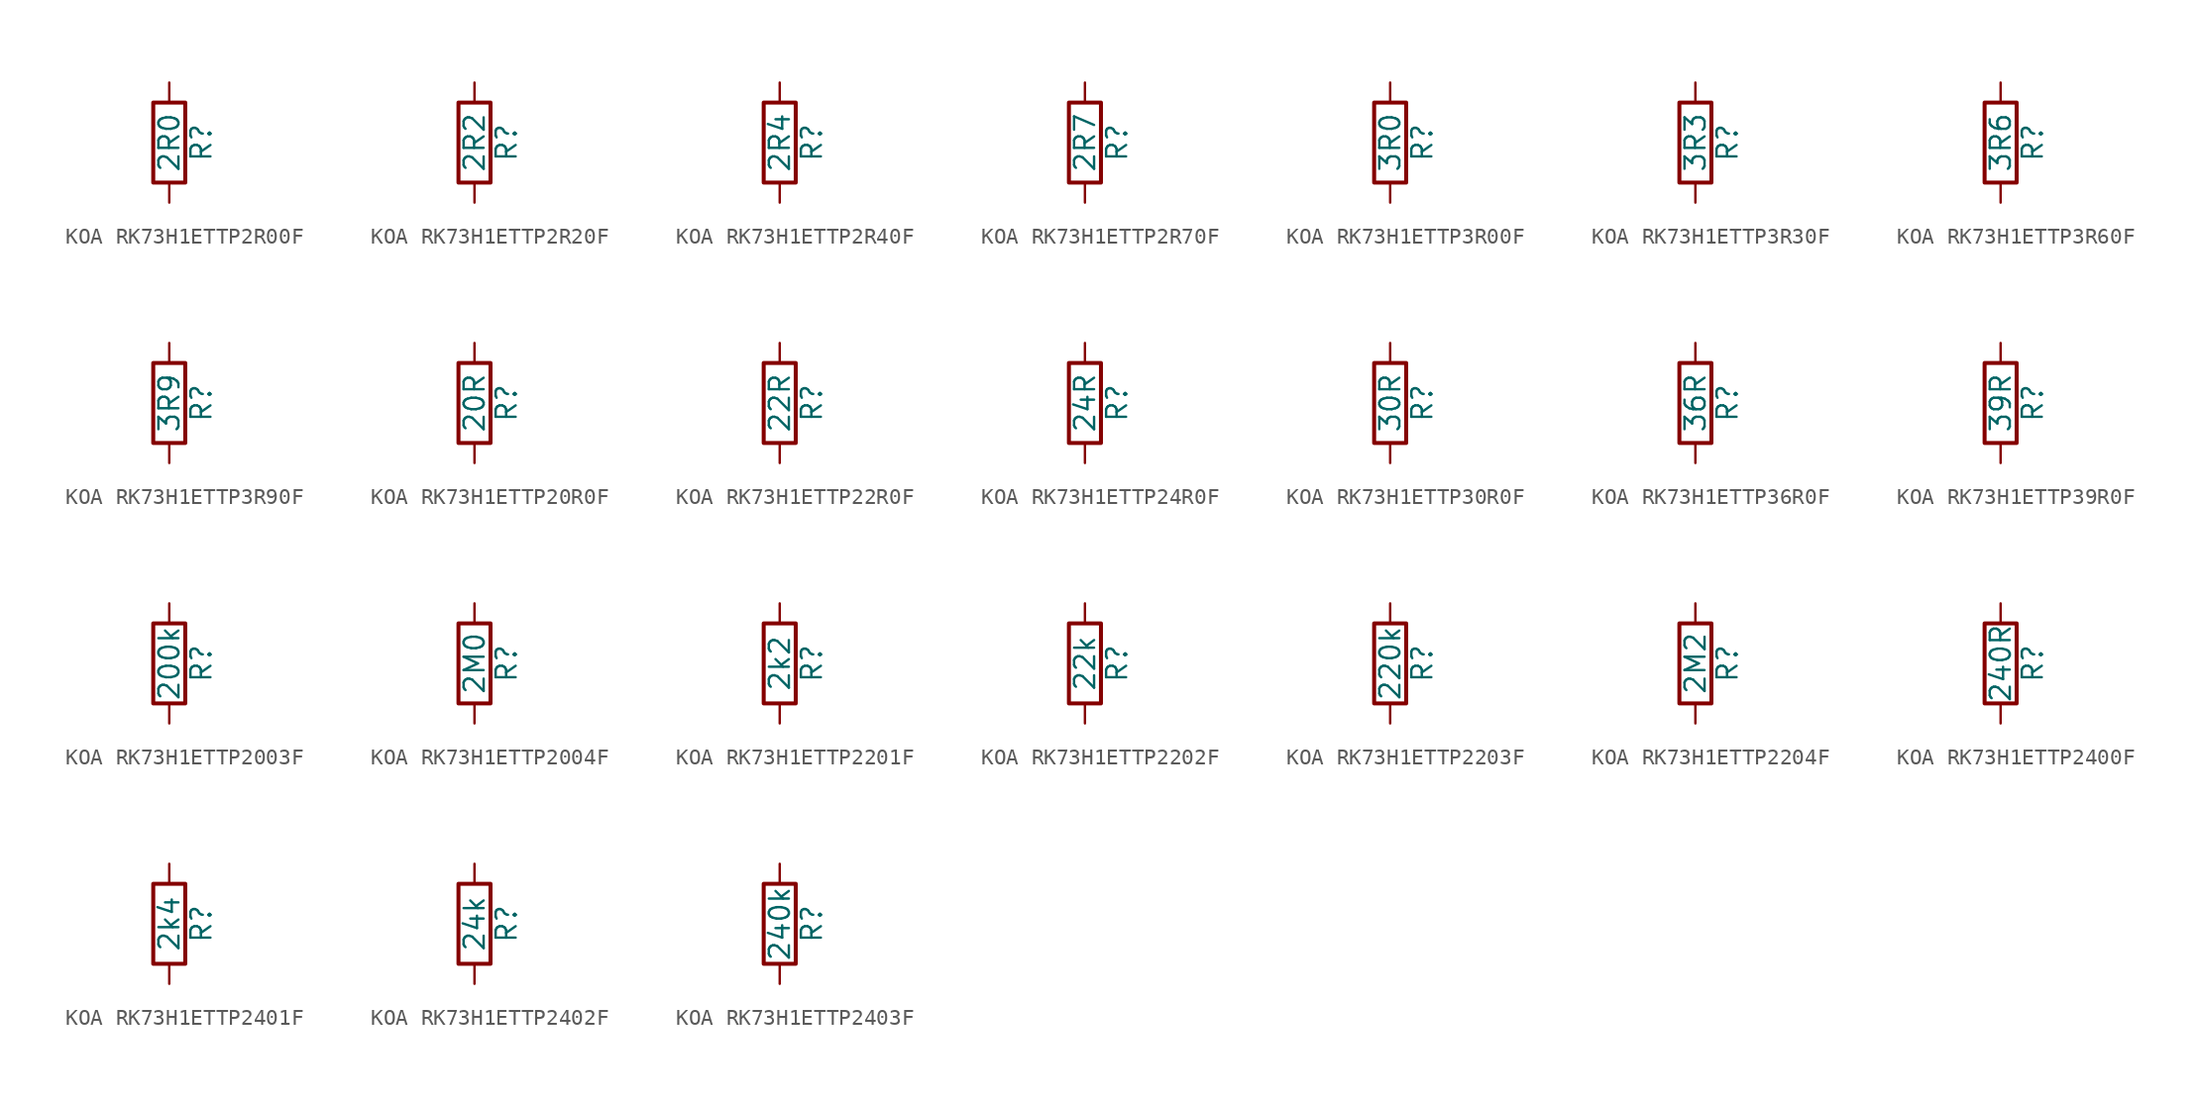
<source format=kicad_sym>
(kicad_symbol_lib
  (version 20220914)
  (generator kicad_symbol_editor)
  (symbol "KOA RK73H1ETTP2R00F"
    (pin_numbers hide)
    (pin_names
      (offset 0))
    (property "Reference" "R"
      (at 2.032 0 90)
      (effects (font (size 1.27 1.27))))
    (property "Value" "2R0"
      (at 0 0 90)
      (effects (font (size 1.27 1.27))))
    (symbol "KOA RK73H1ETTP2R00F_0_1"
      (rectangle (start -1.016 -2.54) (end 1.016 2.54) (stroke (width 0.254) (type default)) (fill (type none))))
    (symbol "KOA RK73H1ETTP2R00F_1_1"
      (pin passive line (at 0 3.81 270) (length 1.27) (name "~" (effects (font (size 1.27 1.27)))) (number "1" (effects (font (size 1.27 1.27)))))
      (pin passive line (at 0 -3.81 90) (length 1.27) (name "~" (effects (font (size 1.27 1.27)))) (number "2" (effects (font (size 1.27 1.27)))))))
  (symbol "KOA RK73H1ETTP2R20F"
    (pin_numbers hide)
    (pin_names
      (offset 0))
    (property "Reference" "R"
      (at 2.032 0 90)
      (effects (font (size 1.27 1.27))))
    (property "Value" "2R2"
      (at 0 0 90)
      (effects (font (size 1.27 1.27))))
    (symbol "KOA RK73H1ETTP2R20F_0_1"
      (rectangle (start -1.016 -2.54) (end 1.016 2.54) (stroke (width 0.254) (type default)) (fill (type none))))
    (symbol "KOA RK73H1ETTP2R20F_1_1"
      (pin passive line (at 0 3.81 270) (length 1.27) (name "~" (effects (font (size 1.27 1.27)))) (number "1" (effects (font (size 1.27 1.27)))))
      (pin passive line (at 0 -3.81 90) (length 1.27) (name "~" (effects (font (size 1.27 1.27)))) (number "2" (effects (font (size 1.27 1.27)))))))
  (symbol "KOA RK73H1ETTP2R40F"
    (pin_numbers hide)
    (pin_names
      (offset 0))
    (property "Reference" "R"
      (at 2.032 0 90)
      (effects (font (size 1.27 1.27))))
    (property "Value" "2R4"
      (at 0 0 90)
      (effects (font (size 1.27 1.27))))
    (symbol "KOA RK73H1ETTP2R40F_0_1"
      (rectangle (start -1.016 -2.54) (end 1.016 2.54) (stroke (width 0.254) (type default)) (fill (type none))))
    (symbol "KOA RK73H1ETTP2R40F_1_1"
      (pin passive line (at 0 3.81 270) (length 1.27) (name "~" (effects (font (size 1.27 1.27)))) (number "1" (effects (font (size 1.27 1.27)))))
      (pin passive line (at 0 -3.81 90) (length 1.27) (name "~" (effects (font (size 1.27 1.27)))) (number "2" (effects (font (size 1.27 1.27)))))))
  (symbol "KOA RK73H1ETTP2R70F"
    (pin_numbers hide)
    (pin_names
      (offset 0))
    (property "Reference" "R"
      (at 2.032 0 90)
      (effects (font (size 1.27 1.27))))
    (property "Value" "2R7"
      (at 0 0 90)
      (effects (font (size 1.27 1.27))))
    (symbol "KOA RK73H1ETTP2R70F_0_1"
      (rectangle (start -1.016 -2.54) (end 1.016 2.54) (stroke (width 0.254) (type default)) (fill (type none))))
    (symbol "KOA RK73H1ETTP2R70F_1_1"
      (pin passive line (at 0 3.81 270) (length 1.27) (name "~" (effects (font (size 1.27 1.27)))) (number "1" (effects (font (size 1.27 1.27)))))
      (pin passive line (at 0 -3.81 90) (length 1.27) (name "~" (effects (font (size 1.27 1.27)))) (number "2" (effects (font (size 1.27 1.27)))))))
  (symbol "KOA RK73H1ETTP3R00F"
    (pin_numbers hide)
    (pin_names
      (offset 0))
    (property "Reference" "R"
      (at 2.032 0 90)
      (effects (font (size 1.27 1.27))))
    (property "Value" "3R0"
      (at 0 0 90)
      (effects (font (size 1.27 1.27))))
    (symbol "KOA RK73H1ETTP3R00F_0_1"
      (rectangle (start -1.016 -2.54) (end 1.016 2.54) (stroke (width 0.254) (type default)) (fill (type none))))
    (symbol "KOA RK73H1ETTP3R00F_1_1"
      (pin passive line (at 0 3.81 270) (length 1.27) (name "~" (effects (font (size 1.27 1.27)))) (number "1" (effects (font (size 1.27 1.27)))))
      (pin passive line (at 0 -3.81 90) (length 1.27) (name "~" (effects (font (size 1.27 1.27)))) (number "2" (effects (font (size 1.27 1.27)))))))
  (symbol "KOA RK73H1ETTP3R30F"
    (pin_numbers hide)
    (pin_names
      (offset 0))
    (property "Reference" "R"
      (at 2.032 0 90)
      (effects (font (size 1.27 1.27))))
    (property "Value" "3R3"
      (at 0 0 90)
      (effects (font (size 1.27 1.27))))
    (symbol "KOA RK73H1ETTP3R30F_0_1"
      (rectangle (start -1.016 -2.54) (end 1.016 2.54) (stroke (width 0.254) (type default)) (fill (type none))))
    (symbol "KOA RK73H1ETTP3R30F_1_1"
      (pin passive line (at 0 3.81 270) (length 1.27) (name "~" (effects (font (size 1.27 1.27)))) (number "1" (effects (font (size 1.27 1.27)))))
      (pin passive line (at 0 -3.81 90) (length 1.27) (name "~" (effects (font (size 1.27 1.27)))) (number "2" (effects (font (size 1.27 1.27)))))))
  (symbol "KOA RK73H1ETTP3R60F"
    (pin_numbers hide)
    (pin_names
      (offset 0))
    (property "Reference" "R"
      (at 2.032 0 90)
      (effects (font (size 1.27 1.27))))
    (property "Value" "3R6"
      (at 0 0 90)
      (effects (font (size 1.27 1.27))))
    (symbol "KOA RK73H1ETTP3R60F_0_1"
      (rectangle (start -1.016 -2.54) (end 1.016 2.54) (stroke (width 0.254) (type default)) (fill (type none))))
    (symbol "KOA RK73H1ETTP3R60F_1_1"
      (pin passive line (at 0 3.81 270) (length 1.27) (name "~" (effects (font (size 1.27 1.27)))) (number "1" (effects (font (size 1.27 1.27)))))
      (pin passive line (at 0 -3.81 90) (length 1.27) (name "~" (effects (font (size 1.27 1.27)))) (number "2" (effects (font (size 1.27 1.27)))))))
  (symbol "KOA RK73H1ETTP3R90F"
    (pin_numbers hide)
    (pin_names
      (offset 0))
    (property "Reference" "R"
      (at 2.032 0 90)
      (effects (font (size 1.27 1.27))))
    (property "Value" "3R9"
      (at 0 0 90)
      (effects (font (size 1.27 1.27))))
    (symbol "KOA RK73H1ETTP3R90F_0_1"
      (rectangle (start -1.016 -2.54) (end 1.016 2.54) (stroke (width 0.254) (type default)) (fill (type none))))
    (symbol "KOA RK73H1ETTP3R90F_1_1"
      (pin passive line (at 0 3.81 270) (length 1.27) (name "~" (effects (font (size 1.27 1.27)))) (number "1" (effects (font (size 1.27 1.27)))))
      (pin passive line (at 0 -3.81 90) (length 1.27) (name "~" (effects (font (size 1.27 1.27)))) (number "2" (effects (font (size 1.27 1.27)))))))
  (symbol "KOA RK73H1ETTP20R0F"
    (pin_numbers hide)
    (pin_names
      (offset 0))
    (property "Reference" "R"
      (at 2.032 0 90)
      (effects (font (size 1.27 1.27))))
    (property "Value" "20R"
      (at 0 0 90)
      (effects (font (size 1.27 1.27))))
    (symbol "KOA RK73H1ETTP20R0F_0_1"
      (rectangle (start -1.016 -2.54) (end 1.016 2.54) (stroke (width 0.254) (type default)) (fill (type none))))
    (symbol "KOA RK73H1ETTP20R0F_1_1"
      (pin passive line (at 0 3.81 270) (length 1.27) (name "~" (effects (font (size 1.27 1.27)))) (number "1" (effects (font (size 1.27 1.27)))))
      (pin passive line (at 0 -3.81 90) (length 1.27) (name "~" (effects (font (size 1.27 1.27)))) (number "2" (effects (font (size 1.27 1.27)))))))
  (symbol "KOA RK73H1ETTP22R0F"
    (pin_numbers hide)
    (pin_names
      (offset 0))
    (property "Reference" "R"
      (at 2.032 0 90)
      (effects (font (size 1.27 1.27))))
    (property "Value" "22R"
      (at 0 0 90)
      (effects (font (size 1.27 1.27))))
    (symbol "KOA RK73H1ETTP22R0F_0_1"
      (rectangle (start -1.016 -2.54) (end 1.016 2.54) (stroke (width 0.254) (type default)) (fill (type none))))
    (symbol "KOA RK73H1ETTP22R0F_1_1"
      (pin passive line (at 0 3.81 270) (length 1.27) (name "~" (effects (font (size 1.27 1.27)))) (number "1" (effects (font (size 1.27 1.27)))))
      (pin passive line (at 0 -3.81 90) (length 1.27) (name "~" (effects (font (size 1.27 1.27)))) (number "2" (effects (font (size 1.27 1.27)))))))
  (symbol "KOA RK73H1ETTP24R0F"
    (pin_numbers hide)
    (pin_names
      (offset 0))
    (property "Reference" "R"
      (at 2.032 0 90)
      (effects (font (size 1.27 1.27))))
    (property "Value" "24R"
      (at 0 0 90)
      (effects (font (size 1.27 1.27))))
    (symbol "KOA RK73H1ETTP24R0F_0_1"
      (rectangle (start -1.016 -2.54) (end 1.016 2.54) (stroke (width 0.254) (type default)) (fill (type none))))
    (symbol "KOA RK73H1ETTP24R0F_1_1"
      (pin passive line (at 0 3.81 270) (length 1.27) (name "~" (effects (font (size 1.27 1.27)))) (number "1" (effects (font (size 1.27 1.27)))))
      (pin passive line (at 0 -3.81 90) (length 1.27) (name "~" (effects (font (size 1.27 1.27)))) (number "2" (effects (font (size 1.27 1.27)))))))
  (symbol "KOA RK73H1ETTP30R0F"
    (pin_numbers hide)
    (pin_names
      (offset 0))
    (property "Reference" "R"
      (at 2.032 0 90)
      (effects (font (size 1.27 1.27))))
    (property "Value" "30R"
      (at 0 0 90)
      (effects (font (size 1.27 1.27))))
    (symbol "KOA RK73H1ETTP30R0F_0_1"
      (rectangle (start -1.016 -2.54) (end 1.016 2.54) (stroke (width 0.254) (type default)) (fill (type none))))
    (symbol "KOA RK73H1ETTP30R0F_1_1"
      (pin passive line (at 0 3.81 270) (length 1.27) (name "~" (effects (font (size 1.27 1.27)))) (number "1" (effects (font (size 1.27 1.27)))))
      (pin passive line (at 0 -3.81 90) (length 1.27) (name "~" (effects (font (size 1.27 1.27)))) (number "2" (effects (font (size 1.27 1.27)))))))
  (symbol "KOA RK73H1ETTP36R0F"
    (pin_numbers hide)
    (pin_names
      (offset 0))
    (property "Reference" "R"
      (at 2.032 0 90)
      (effects (font (size 1.27 1.27))))
    (property "Value" "36R"
      (at 0 0 90)
      (effects (font (size 1.27 1.27))))
    (symbol "KOA RK73H1ETTP36R0F_0_1"
      (rectangle (start -1.016 -2.54) (end 1.016 2.54) (stroke (width 0.254) (type default)) (fill (type none))))
    (symbol "KOA RK73H1ETTP36R0F_1_1"
      (pin passive line (at 0 3.81 270) (length 1.27) (name "~" (effects (font (size 1.27 1.27)))) (number "1" (effects (font (size 1.27 1.27)))))
      (pin passive line (at 0 -3.81 90) (length 1.27) (name "~" (effects (font (size 1.27 1.27)))) (number "2" (effects (font (size 1.27 1.27)))))))
  (symbol "KOA RK73H1ETTP39R0F"
    (pin_numbers hide)
    (pin_names
      (offset 0))
    (property "Reference" "R"
      (at 2.032 0 90)
      (effects (font (size 1.27 1.27))))
    (property "Value" "39R"
      (at 0 0 90)
      (effects (font (size 1.27 1.27))))
    (symbol "KOA RK73H1ETTP39R0F_0_1"
      (rectangle (start -1.016 -2.54) (end 1.016 2.54) (stroke (width 0.254) (type default)) (fill (type none))))
    (symbol "KOA RK73H1ETTP39R0F_1_1"
      (pin passive line (at 0 3.81 270) (length 1.27) (name "~" (effects (font (size 1.27 1.27)))) (number "1" (effects (font (size 1.27 1.27)))))
      (pin passive line (at 0 -3.81 90) (length 1.27) (name "~" (effects (font (size 1.27 1.27)))) (number "2" (effects (font (size 1.27 1.27)))))))
  (symbol "KOA RK73H1ETTP2003F"
    (pin_numbers hide)
    (pin_names
      (offset 0))
    (property "Reference" "R"
      (at 2.032 0 90)
      (effects (font (size 1.27 1.27))))
    (property "Value" "200k"
      (at 0 0 90)
      (effects (font (size 1.27 1.27))))
    (symbol "KOA RK73H1ETTP2003F_0_1"
      (rectangle (start -1.016 -2.54) (end 1.016 2.54) (stroke (width 0.254) (type default)) (fill (type none))))
    (symbol "KOA RK73H1ETTP2003F_1_1"
      (pin passive line (at 0 3.81 270) (length 1.27) (name "~" (effects (font (size 1.27 1.27)))) (number "1" (effects (font (size 1.27 1.27)))))
      (pin passive line (at 0 -3.81 90) (length 1.27) (name "~" (effects (font (size 1.27 1.27)))) (number "2" (effects (font (size 1.27 1.27)))))))
  (symbol "KOA RK73H1ETTP2004F"
    (pin_numbers hide)
    (pin_names
      (offset 0))
    (property "Reference" "R"
      (at 2.032 0 90)
      (effects (font (size 1.27 1.27))))
    (property "Value" "2M0"
      (at 0 0 90)
      (effects (font (size 1.27 1.27))))
    (symbol "KOA RK73H1ETTP2004F_0_1"
      (rectangle (start -1.016 -2.54) (end 1.016 2.54) (stroke (width 0.254) (type default)) (fill (type none))))
    (symbol "KOA RK73H1ETTP2004F_1_1"
      (pin passive line (at 0 3.81 270) (length 1.27) (name "~" (effects (font (size 1.27 1.27)))) (number "1" (effects (font (size 1.27 1.27)))))
      (pin passive line (at 0 -3.81 90) (length 1.27) (name "~" (effects (font (size 1.27 1.27)))) (number "2" (effects (font (size 1.27 1.27)))))))
  (symbol "KOA RK73H1ETTP2201F"
    (pin_numbers hide)
    (pin_names
      (offset 0))
    (property "Reference" "R"
      (at 2.032 0 90)
      (effects (font (size 1.27 1.27))))
    (property "Value" "2k2"
      (at 0 0 90)
      (effects (font (size 1.27 1.27))))
    (symbol "KOA RK73H1ETTP2201F_0_1"
      (rectangle (start -1.016 -2.54) (end 1.016 2.54) (stroke (width 0.254) (type default)) (fill (type none))))
    (symbol "KOA RK73H1ETTP2201F_1_1"
      (pin passive line (at 0 3.81 270) (length 1.27) (name "~" (effects (font (size 1.27 1.27)))) (number "1" (effects (font (size 1.27 1.27)))))
      (pin passive line (at 0 -3.81 90) (length 1.27) (name "~" (effects (font (size 1.27 1.27)))) (number "2" (effects (font (size 1.27 1.27)))))))
  (symbol "KOA RK73H1ETTP2202F"
    (pin_numbers hide)
    (pin_names
      (offset 0))
    (property "Reference" "R"
      (at 2.032 0 90)
      (effects (font (size 1.27 1.27))))
    (property "Value" "22k"
      (at 0 0 90)
      (effects (font (size 1.27 1.27))))
    (symbol "KOA RK73H1ETTP2202F_0_1"
      (rectangle (start -1.016 -2.54) (end 1.016 2.54) (stroke (width 0.254) (type default)) (fill (type none))))
    (symbol "KOA RK73H1ETTP2202F_1_1"
      (pin passive line (at 0 3.81 270) (length 1.27) (name "~" (effects (font (size 1.27 1.27)))) (number "1" (effects (font (size 1.27 1.27)))))
      (pin passive line (at 0 -3.81 90) (length 1.27) (name "~" (effects (font (size 1.27 1.27)))) (number "2" (effects (font (size 1.27 1.27)))))))
  (symbol "KOA RK73H1ETTP2203F"
    (pin_numbers hide)
    (pin_names
      (offset 0))
    (property "Reference" "R"
      (at 2.032 0 90)
      (effects (font (size 1.27 1.27))))
    (property "Value" "220k"
      (at 0 0 90)
      (effects (font (size 1.27 1.27))))
    (symbol "KOA RK73H1ETTP2203F_0_1"
      (rectangle (start -1.016 -2.54) (end 1.016 2.54) (stroke (width 0.254) (type default)) (fill (type none))))
    (symbol "KOA RK73H1ETTP2203F_1_1"
      (pin passive line (at 0 3.81 270) (length 1.27) (name "~" (effects (font (size 1.27 1.27)))) (number "1" (effects (font (size 1.27 1.27)))))
      (pin passive line (at 0 -3.81 90) (length 1.27) (name "~" (effects (font (size 1.27 1.27)))) (number "2" (effects (font (size 1.27 1.27)))))))
  (symbol "KOA RK73H1ETTP2204F"
    (pin_numbers hide)
    (pin_names
      (offset 0))
    (property "Reference" "R"
      (at 2.032 0 90)
      (effects (font (size 1.27 1.27))))
    (property "Value" "2M2"
      (at 0 0 90)
      (effects (font (size 1.27 1.27))))
    (symbol "KOA RK73H1ETTP2204F_0_1"
      (rectangle (start -1.016 -2.54) (end 1.016 2.54) (stroke (width 0.254) (type default)) (fill (type none))))
    (symbol "KOA RK73H1ETTP2204F_1_1"
      (pin passive line (at 0 3.81 270) (length 1.27) (name "~" (effects (font (size 1.27 1.27)))) (number "1" (effects (font (size 1.27 1.27)))))
      (pin passive line (at 0 -3.81 90) (length 1.27) (name "~" (effects (font (size 1.27 1.27)))) (number "2" (effects (font (size 1.27 1.27)))))))
  (symbol "KOA RK73H1ETTP2400F"
    (pin_numbers hide)
    (pin_names
      (offset 0))
    (property "Reference" "R"
      (at 2.032 0 90)
      (effects (font (size 1.27 1.27))))
    (property "Value" "240R"
      (at 0 0 90)
      (effects (font (size 1.27 1.27))))
    (symbol "KOA RK73H1ETTP2400F_0_1"
      (rectangle (start -1.016 -2.54) (end 1.016 2.54) (stroke (width 0.254) (type default)) (fill (type none))))
    (symbol "KOA RK73H1ETTP2400F_1_1"
      (pin passive line (at 0 3.81 270) (length 1.27) (name "~" (effects (font (size 1.27 1.27)))) (number "1" (effects (font (size 1.27 1.27)))))
      (pin passive line (at 0 -3.81 90) (length 1.27) (name "~" (effects (font (size 1.27 1.27)))) (number "2" (effects (font (size 1.27 1.27)))))))
  (symbol "KOA RK73H1ETTP2401F"
    (pin_numbers hide)
    (pin_names
      (offset 0))
    (property "Reference" "R"
      (at 2.032 0 90)
      (effects (font (size 1.27 1.27))))
    (property "Value" "2k4"
      (at 0 0 90)
      (effects (font (size 1.27 1.27))))
    (symbol "KOA RK73H1ETTP2401F_0_1"
      (rectangle (start -1.016 -2.54) (end 1.016 2.54) (stroke (width 0.254) (type default)) (fill (type none))))
    (symbol "KOA RK73H1ETTP2401F_1_1"
      (pin passive line (at 0 3.81 270) (length 1.27) (name "~" (effects (font (size 1.27 1.27)))) (number "1" (effects (font (size 1.27 1.27)))))
      (pin passive line (at 0 -3.81 90) (length 1.27) (name "~" (effects (font (size 1.27 1.27)))) (number "2" (effects (font (size 1.27 1.27)))))))
  (symbol "KOA RK73H1ETTP2402F"
    (pin_numbers hide)
    (pin_names
      (offset 0))
    (property "Reference" "R"
      (at 2.032 0 90)
      (effects (font (size 1.27 1.27))))
    (property "Value" "24k"
      (at 0 0 90)
      (effects (font (size 1.27 1.27))))
    (symbol "KOA RK73H1ETTP2402F_0_1"
      (rectangle (start -1.016 -2.54) (end 1.016 2.54) (stroke (width 0.254) (type default)) (fill (type none))))
    (symbol "KOA RK73H1ETTP2402F_1_1"
      (pin passive line (at 0 3.81 270) (length 1.27) (name "~" (effects (font (size 1.27 1.27)))) (number "1" (effects (font (size 1.27 1.27)))))
      (pin passive line (at 0 -3.81 90) (length 1.27) (name "~" (effects (font (size 1.27 1.27)))) (number "2" (effects (font (size 1.27 1.27)))))))
  (symbol "KOA RK73H1ETTP2403F"
    (pin_numbers hide)
    (pin_names
      (offset 0))
    (property "Reference" "R"
      (at 2.032 0 90)
      (effects (font (size 1.27 1.27))))
    (property "Value" "240k"
      (at 0 0 90)
      (effects (font (size 1.27 1.27))))
    (symbol "KOA RK73H1ETTP2403F_0_1"
      (rectangle (start -1.016 -2.54) (end 1.016 2.54) (stroke (width 0.254) (type default)) (fill (type none))))
    (symbol "KOA RK73H1ETTP2403F_1_1"
      (pin passive line (at 0 3.81 270) (length 1.27) (name "~" (effects (font (size 1.27 1.27)))) (number "1" (effects (font (size 1.27 1.27)))))
      (pin passive line (at 0 -3.81 90) (length 1.27) (name "~" (effects (font (size 1.27 1.27)))) (number "2" (effects (font (size 1.27 1.27))))))))
</source>
